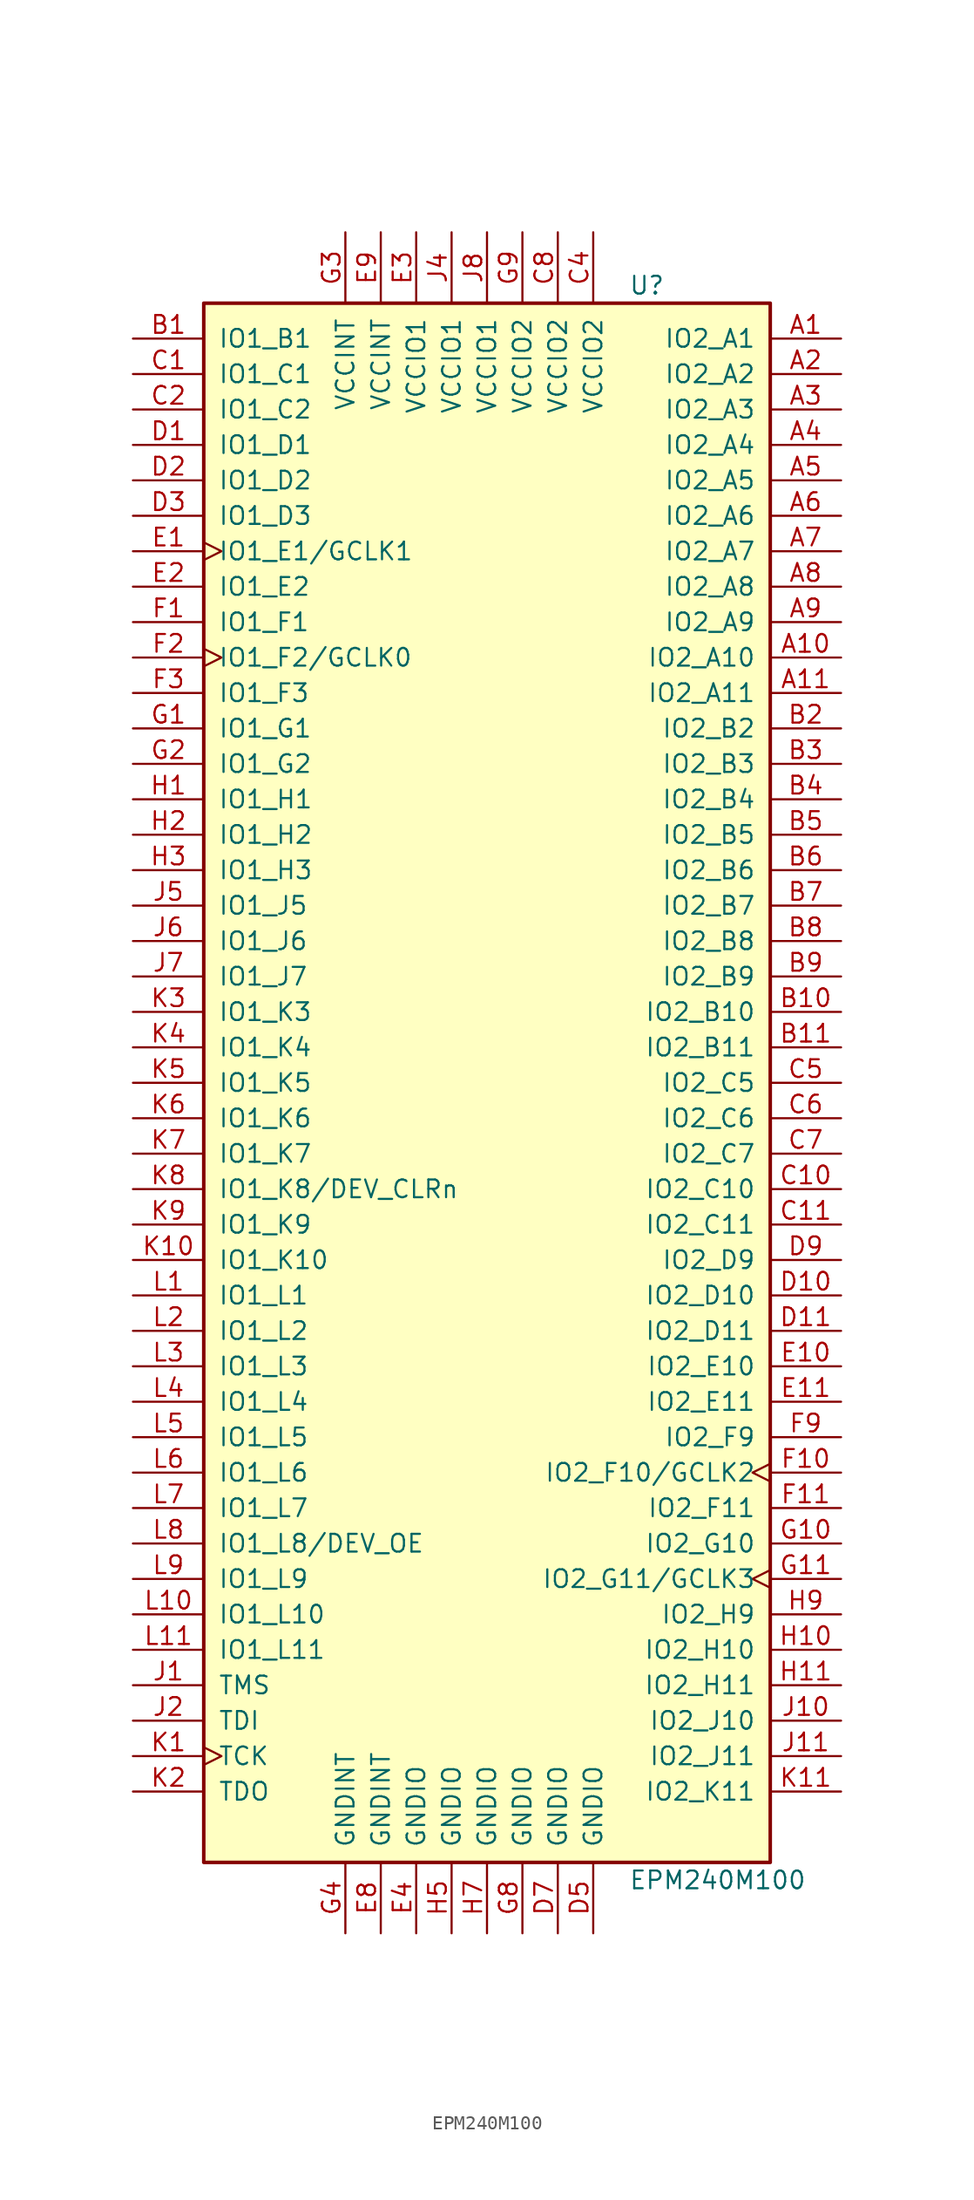
<source format=kicad_sym>
(kicad_symbol_lib
  (version 20201005)
  (generator kicad_symbol_editor)
  (symbol "EPM240M100"
    (pin_names
      (offset 1.016))
    (property "Reference" "U"
      (at 10.16 57.15 0)
      (effects (font (size 1.27 1.27)) (justify left)))
    (property "Value" "EPM240M100"
      (at 10.16 -57.15 0)
      (effects (font (size 1.27 1.27)) (justify left)))
    (property "ki_locked" ""
      (at 0 0 0)
      (effects (font (size 1.27 1.27))))
    (symbol "EPM240M100_1_1"
      (rectangle (start -20.32 55.88) (end 20.32 -55.88) (stroke (width 0.254)) (fill (type background)))
      (pin bidirectional line (at 25.4 53.34 180) (length 5.08) (name "IO2_A1" (effects (font (size 1.27 1.27)))) (number "A1" (effects (font (size 1.27 1.27)))))
      (pin bidirectional line (at 25.4 30.48 180) (length 5.08) (name "IO2_A10" (effects (font (size 1.27 1.27)))) (number "A10" (effects (font (size 1.27 1.27)))))
      (pin bidirectional line (at 25.4 27.94 180) (length 5.08) (name "IO2_A11" (effects (font (size 1.27 1.27)))) (number "A11" (effects (font (size 1.27 1.27)))))
      (pin bidirectional line (at 25.4 50.8 180) (length 5.08) (name "IO2_A2" (effects (font (size 1.27 1.27)))) (number "A2" (effects (font (size 1.27 1.27)))))
      (pin bidirectional line (at 25.4 48.26 180) (length 5.08) (name "IO2_A3" (effects (font (size 1.27 1.27)))) (number "A3" (effects (font (size 1.27 1.27)))))
      (pin bidirectional line (at 25.4 45.72 180) (length 5.08) (name "IO2_A4" (effects (font (size 1.27 1.27)))) (number "A4" (effects (font (size 1.27 1.27)))))
      (pin bidirectional line (at 25.4 43.18 180) (length 5.08) (name "IO2_A5" (effects (font (size 1.27 1.27)))) (number "A5" (effects (font (size 1.27 1.27)))))
      (pin bidirectional line (at 25.4 40.64 180) (length 5.08) (name "IO2_A6" (effects (font (size 1.27 1.27)))) (number "A6" (effects (font (size 1.27 1.27)))))
      (pin bidirectional line (at 25.4 38.1 180) (length 5.08) (name "IO2_A7" (effects (font (size 1.27 1.27)))) (number "A7" (effects (font (size 1.27 1.27)))))
      (pin bidirectional line (at 25.4 35.56 180) (length 5.08) (name "IO2_A8" (effects (font (size 1.27 1.27)))) (number "A8" (effects (font (size 1.27 1.27)))))
      (pin bidirectional line (at 25.4 33.02 180) (length 5.08) (name "IO2_A9" (effects (font (size 1.27 1.27)))) (number "A9" (effects (font (size 1.27 1.27)))))
      (pin bidirectional line (at -25.4 53.34 0) (length 5.08) (name "IO1_B1" (effects (font (size 1.27 1.27)))) (number "B1" (effects (font (size 1.27 1.27)))))
      (pin bidirectional line (at 25.4 5.08 180) (length 5.08) (name "IO2_B10" (effects (font (size 1.27 1.27)))) (number "B10" (effects (font (size 1.27 1.27)))))
      (pin bidirectional line (at 25.4 2.54 180) (length 5.08) (name "IO2_B11" (effects (font (size 1.27 1.27)))) (number "B11" (effects (font (size 1.27 1.27)))))
      (pin bidirectional line (at 25.4 25.4 180) (length 5.08) (name "IO2_B2" (effects (font (size 1.27 1.27)))) (number "B2" (effects (font (size 1.27 1.27)))))
      (pin bidirectional line (at 25.4 22.86 180) (length 5.08) (name "IO2_B3" (effects (font (size 1.27 1.27)))) (number "B3" (effects (font (size 1.27 1.27)))))
      (pin bidirectional line (at 25.4 20.32 180) (length 5.08) (name "IO2_B4" (effects (font (size 1.27 1.27)))) (number "B4" (effects (font (size 1.27 1.27)))))
      (pin bidirectional line (at 25.4 17.78 180) (length 5.08) (name "IO2_B5" (effects (font (size 1.27 1.27)))) (number "B5" (effects (font (size 1.27 1.27)))))
      (pin bidirectional line (at 25.4 15.24 180) (length 5.08) (name "IO2_B6" (effects (font (size 1.27 1.27)))) (number "B6" (effects (font (size 1.27 1.27)))))
      (pin bidirectional line (at 25.4 12.7 180) (length 5.08) (name "IO2_B7" (effects (font (size 1.27 1.27)))) (number "B7" (effects (font (size 1.27 1.27)))))
      (pin bidirectional line (at 25.4 10.16 180) (length 5.08) (name "IO2_B8" (effects (font (size 1.27 1.27)))) (number "B8" (effects (font (size 1.27 1.27)))))
      (pin bidirectional line (at 25.4 7.62 180) (length 5.08) (name "IO2_B9" (effects (font (size 1.27 1.27)))) (number "B9" (effects (font (size 1.27 1.27)))))
      (pin bidirectional line (at -25.4 50.8 0) (length 5.08) (name "IO1_C1" (effects (font (size 1.27 1.27)))) (number "C1" (effects (font (size 1.27 1.27)))))
      (pin bidirectional line (at 25.4 -7.62 180) (length 5.08) (name "IO2_C10" (effects (font (size 1.27 1.27)))) (number "C10" (effects (font (size 1.27 1.27)))))
      (pin bidirectional line (at 25.4 -10.16 180) (length 5.08) (name "IO2_C11" (effects (font (size 1.27 1.27)))) (number "C11" (effects (font (size 1.27 1.27)))))
      (pin bidirectional line (at -25.4 48.26 0) (length 5.08) (name "IO1_C2" (effects (font (size 1.27 1.27)))) (number "C2" (effects (font (size 1.27 1.27)))))
      (pin power_in line (at 7.62 60.96 270) (length 5.08) (name "VCCIO2" (effects (font (size 1.27 1.27)))) (number "C4" (effects (font (size 1.27 1.27)))))
      (pin bidirectional line (at 25.4 0 180) (length 5.08) (name "IO2_C5" (effects (font (size 1.27 1.27)))) (number "C5" (effects (font (size 1.27 1.27)))))
      (pin bidirectional line (at 25.4 -2.54 180) (length 5.08) (name "IO2_C6" (effects (font (size 1.27 1.27)))) (number "C6" (effects (font (size 1.27 1.27)))))
      (pin bidirectional line (at 25.4 -5.08 180) (length 5.08) (name "IO2_C7" (effects (font (size 1.27 1.27)))) (number "C7" (effects (font (size 1.27 1.27)))))
      (pin power_in line (at 5.08 60.96 270) (length 5.08) (name "VCCIO2" (effects (font (size 1.27 1.27)))) (number "C8" (effects (font (size 1.27 1.27)))))
      (pin bidirectional line (at -25.4 45.72 0) (length 5.08) (name "IO1_D1" (effects (font (size 1.27 1.27)))) (number "D1" (effects (font (size 1.27 1.27)))))
      (pin bidirectional line (at 25.4 -15.24 180) (length 5.08) (name "IO2_D10" (effects (font (size 1.27 1.27)))) (number "D10" (effects (font (size 1.27 1.27)))))
      (pin bidirectional line (at 25.4 -17.78 180) (length 5.08) (name "IO2_D11" (effects (font (size 1.27 1.27)))) (number "D11" (effects (font (size 1.27 1.27)))))
      (pin bidirectional line (at -25.4 43.18 0) (length 5.08) (name "IO1_D2" (effects (font (size 1.27 1.27)))) (number "D2" (effects (font (size 1.27 1.27)))))
      (pin bidirectional line (at -25.4 40.64 0) (length 5.08) (name "IO1_D3" (effects (font (size 1.27 1.27)))) (number "D3" (effects (font (size 1.27 1.27)))))
      (pin power_in line (at 7.62 -60.96 90) (length 5.08) (name "GNDIO" (effects (font (size 1.27 1.27)))) (number "D5" (effects (font (size 1.27 1.27)))))
      (pin power_in line (at 5.08 -60.96 90) (length 5.08) (name "GNDIO" (effects (font (size 1.27 1.27)))) (number "D7" (effects (font (size 1.27 1.27)))))
      (pin bidirectional line (at 25.4 -12.7 180) (length 5.08) (name "IO2_D9" (effects (font (size 1.27 1.27)))) (number "D9" (effects (font (size 1.27 1.27)))))
      (pin bidirectional clock (at -25.4 38.1 0) (length 5.08) (name "IO1_E1/GCLK1" (effects (font (size 1.27 1.27)))) (number "E1" (effects (font (size 1.27 1.27)))))
      (pin bidirectional line (at 25.4 -20.32 180) (length 5.08) (name "IO2_E10" (effects (font (size 1.27 1.27)))) (number "E10" (effects (font (size 1.27 1.27)))))
      (pin bidirectional line (at 25.4 -22.86 180) (length 5.08) (name "IO2_E11" (effects (font (size 1.27 1.27)))) (number "E11" (effects (font (size 1.27 1.27)))))
      (pin bidirectional line (at -25.4 35.56 0) (length 5.08) (name "IO1_E2" (effects (font (size 1.27 1.27)))) (number "E2" (effects (font (size 1.27 1.27)))))
      (pin power_in line (at -5.08 60.96 270) (length 5.08) (name "VCCIO1" (effects (font (size 1.27 1.27)))) (number "E3" (effects (font (size 1.27 1.27)))))
      (pin power_in line (at -5.08 -60.96 90) (length 5.08) (name "GNDIO" (effects (font (size 1.27 1.27)))) (number "E4" (effects (font (size 1.27 1.27)))))
      (pin power_in line (at -7.62 -60.96 90) (length 5.08) (name "GNDINT" (effects (font (size 1.27 1.27)))) (number "E8" (effects (font (size 1.27 1.27)))))
      (pin power_in line (at -7.62 60.96 270) (length 5.08) (name "VCCINT" (effects (font (size 1.27 1.27)))) (number "E9" (effects (font (size 1.27 1.27)))))
      (pin bidirectional line (at -25.4 33.02 0) (length 5.08) (name "IO1_F1" (effects (font (size 1.27 1.27)))) (number "F1" (effects (font (size 1.27 1.27)))))
      (pin bidirectional clock (at 25.4 -27.94 180) (length 5.08) (name "IO2_F10/GCLK2" (effects (font (size 1.27 1.27)))) (number "F10" (effects (font (size 1.27 1.27)))))
      (pin bidirectional line (at 25.4 -30.48 180) (length 5.08) (name "IO2_F11" (effects (font (size 1.27 1.27)))) (number "F11" (effects (font (size 1.27 1.27)))))
      (pin bidirectional clock (at -25.4 30.48 0) (length 5.08) (name "IO1_F2/GCLK0" (effects (font (size 1.27 1.27)))) (number "F2" (effects (font (size 1.27 1.27)))))
      (pin bidirectional line (at -25.4 27.94 0) (length 5.08) (name "IO1_F3" (effects (font (size 1.27 1.27)))) (number "F3" (effects (font (size 1.27 1.27)))))
      (pin bidirectional line (at 25.4 -25.4 180) (length 5.08) (name "IO2_F9" (effects (font (size 1.27 1.27)))) (number "F9" (effects (font (size 1.27 1.27)))))
      (pin bidirectional line (at -25.4 25.4 0) (length 5.08) (name "IO1_G1" (effects (font (size 1.27 1.27)))) (number "G1" (effects (font (size 1.27 1.27)))))
      (pin bidirectional line (at 25.4 -33.02 180) (length 5.08) (name "IO2_G10" (effects (font (size 1.27 1.27)))) (number "G10" (effects (font (size 1.27 1.27)))))
      (pin bidirectional clock (at 25.4 -35.56 180) (length 5.08) (name "IO2_G11/GCLK3" (effects (font (size 1.27 1.27)))) (number "G11" (effects (font (size 1.27 1.27)))))
      (pin bidirectional line (at -25.4 22.86 0) (length 5.08) (name "IO1_G2" (effects (font (size 1.27 1.27)))) (number "G2" (effects (font (size 1.27 1.27)))))
      (pin power_in line (at -10.16 60.96 270) (length 5.08) (name "VCCINT" (effects (font (size 1.27 1.27)))) (number "G3" (effects (font (size 1.27 1.27)))))
      (pin power_in line (at -10.16 -60.96 90) (length 5.08) (name "GNDINT" (effects (font (size 1.27 1.27)))) (number "G4" (effects (font (size 1.27 1.27)))))
      (pin power_in line (at 2.54 -60.96 90) (length 5.08) (name "GNDIO" (effects (font (size 1.27 1.27)))) (number "G8" (effects (font (size 1.27 1.27)))))
      (pin power_in line (at 2.54 60.96 270) (length 5.08) (name "VCCIO2" (effects (font (size 1.27 1.27)))) (number "G9" (effects (font (size 1.27 1.27)))))
      (pin bidirectional line (at -25.4 20.32 0) (length 5.08) (name "IO1_H1" (effects (font (size 1.27 1.27)))) (number "H1" (effects (font (size 1.27 1.27)))))
      (pin bidirectional line (at 25.4 -40.64 180) (length 5.08) (name "IO2_H10" (effects (font (size 1.27 1.27)))) (number "H10" (effects (font (size 1.27 1.27)))))
      (pin bidirectional line (at 25.4 -43.18 180) (length 5.08) (name "IO2_H11" (effects (font (size 1.27 1.27)))) (number "H11" (effects (font (size 1.27 1.27)))))
      (pin bidirectional line (at -25.4 17.78 0) (length 5.08) (name "IO1_H2" (effects (font (size 1.27 1.27)))) (number "H2" (effects (font (size 1.27 1.27)))))
      (pin bidirectional line (at -25.4 15.24 0) (length 5.08) (name "IO1_H3" (effects (font (size 1.27 1.27)))) (number "H3" (effects (font (size 1.27 1.27)))))
      (pin power_in line (at -2.54 -60.96 90) (length 5.08) (name "GNDIO" (effects (font (size 1.27 1.27)))) (number "H5" (effects (font (size 1.27 1.27)))))
      (pin power_in line (at 0 -60.96 90) (length 5.08) (name "GNDIO" (effects (font (size 1.27 1.27)))) (number "H7" (effects (font (size 1.27 1.27)))))
      (pin bidirectional line (at 25.4 -38.1 180) (length 5.08) (name "IO2_H9" (effects (font (size 1.27 1.27)))) (number "H9" (effects (font (size 1.27 1.27)))))
      (pin input line (at -25.4 -43.18 0) (length 5.08) (name "TMS" (effects (font (size 1.27 1.27)))) (number "J1" (effects (font (size 1.27 1.27)))))
      (pin bidirectional line (at 25.4 -45.72 180) (length 5.08) (name "IO2_J10" (effects (font (size 1.27 1.27)))) (number "J10" (effects (font (size 1.27 1.27)))))
      (pin bidirectional line (at 25.4 -48.26 180) (length 5.08) (name "IO2_J11" (effects (font (size 1.27 1.27)))) (number "J11" (effects (font (size 1.27 1.27)))))
      (pin input line (at -25.4 -45.72 0) (length 5.08) (name "TDI" (effects (font (size 1.27 1.27)))) (number "J2" (effects (font (size 1.27 1.27)))))
      (pin power_in line (at -2.54 60.96 270) (length 5.08) (name "VCCIO1" (effects (font (size 1.27 1.27)))) (number "J4" (effects (font (size 1.27 1.27)))))
      (pin bidirectional line (at -25.4 12.7 0) (length 5.08) (name "IO1_J5" (effects (font (size 1.27 1.27)))) (number "J5" (effects (font (size 1.27 1.27)))))
      (pin bidirectional line (at -25.4 10.16 0) (length 5.08) (name "IO1_J6" (effects (font (size 1.27 1.27)))) (number "J6" (effects (font (size 1.27 1.27)))))
      (pin bidirectional line (at -25.4 7.62 0) (length 5.08) (name "IO1_J7" (effects (font (size 1.27 1.27)))) (number "J7" (effects (font (size 1.27 1.27)))))
      (pin power_in line (at 0 60.96 270) (length 5.08) (name "VCCIO1" (effects (font (size 1.27 1.27)))) (number "J8" (effects (font (size 1.27 1.27)))))
      (pin input clock (at -25.4 -48.26 0) (length 5.08) (name "TCK" (effects (font (size 1.27 1.27)))) (number "K1" (effects (font (size 1.27 1.27)))))
      (pin bidirectional line (at -25.4 -12.7 0) (length 5.08) (name "IO1_K10" (effects (font (size 1.27 1.27)))) (number "K10" (effects (font (size 1.27 1.27)))))
      (pin bidirectional line (at 25.4 -50.8 180) (length 5.08) (name "IO2_K11" (effects (font (size 1.27 1.27)))) (number "K11" (effects (font (size 1.27 1.27)))))
      (pin output line (at -25.4 -50.8 0) (length 5.08) (name "TDO" (effects (font (size 1.27 1.27)))) (number "K2" (effects (font (size 1.27 1.27)))))
      (pin bidirectional line (at -25.4 5.08 0) (length 5.08) (name "IO1_K3" (effects (font (size 1.27 1.27)))) (number "K3" (effects (font (size 1.27 1.27)))))
      (pin bidirectional line (at -25.4 2.54 0) (length 5.08) (name "IO1_K4" (effects (font (size 1.27 1.27)))) (number "K4" (effects (font (size 1.27 1.27)))))
      (pin bidirectional line (at -25.4 0 0) (length 5.08) (name "IO1_K5" (effects (font (size 1.27 1.27)))) (number "K5" (effects (font (size 1.27 1.27)))))
      (pin bidirectional line (at -25.4 -2.54 0) (length 5.08) (name "IO1_K6" (effects (font (size 1.27 1.27)))) (number "K6" (effects (font (size 1.27 1.27)))))
      (pin bidirectional line (at -25.4 -5.08 0) (length 5.08) (name "IO1_K7" (effects (font (size 1.27 1.27)))) (number "K7" (effects (font (size 1.27 1.27)))))
      (pin bidirectional line (at -25.4 -7.62 0) (length 5.08) (name "IO1_K8/DEV_CLRn" (effects (font (size 1.27 1.27)))) (number "K8" (effects (font (size 1.27 1.27)))))
      (pin bidirectional line (at -25.4 -10.16 0) (length 5.08) (name "IO1_K9" (effects (font (size 1.27 1.27)))) (number "K9" (effects (font (size 1.27 1.27)))))
      (pin bidirectional line (at -25.4 -15.24 0) (length 5.08) (name "IO1_L1" (effects (font (size 1.27 1.27)))) (number "L1" (effects (font (size 1.27 1.27)))))
      (pin bidirectional line (at -25.4 -38.1 0) (length 5.08) (name "IO1_L10" (effects (font (size 1.27 1.27)))) (number "L10" (effects (font (size 1.27 1.27)))))
      (pin bidirectional line (at -25.4 -40.64 0) (length 5.08) (name "IO1_L11" (effects (font (size 1.27 1.27)))) (number "L11" (effects (font (size 1.27 1.27)))))
      (pin bidirectional line (at -25.4 -17.78 0) (length 5.08) (name "IO1_L2" (effects (font (size 1.27 1.27)))) (number "L2" (effects (font (size 1.27 1.27)))))
      (pin bidirectional line (at -25.4 -20.32 0) (length 5.08) (name "IO1_L3" (effects (font (size 1.27 1.27)))) (number "L3" (effects (font (size 1.27 1.27)))))
      (pin bidirectional line (at -25.4 -22.86 0) (length 5.08) (name "IO1_L4" (effects (font (size 1.27 1.27)))) (number "L4" (effects (font (size 1.27 1.27)))))
      (pin bidirectional line (at -25.4 -25.4 0) (length 5.08) (name "IO1_L5" (effects (font (size 1.27 1.27)))) (number "L5" (effects (font (size 1.27 1.27)))))
      (pin bidirectional line (at -25.4 -27.94 0) (length 5.08) (name "IO1_L6" (effects (font (size 1.27 1.27)))) (number "L6" (effects (font (size 1.27 1.27)))))
      (pin bidirectional line (at -25.4 -30.48 0) (length 5.08) (name "IO1_L7" (effects (font (size 1.27 1.27)))) (number "L7" (effects (font (size 1.27 1.27)))))
      (pin bidirectional line (at -25.4 -33.02 0) (length 5.08) (name "IO1_L8/DEV_OE" (effects (font (size 1.27 1.27)))) (number "L8" (effects (font (size 1.27 1.27)))))
      (pin bidirectional line (at -25.4 -35.56 0) (length 5.08) (name "IO1_L9" (effects (font (size 1.27 1.27)))) (number "L9" (effects (font (size 1.27 1.27))))))))
</source>
